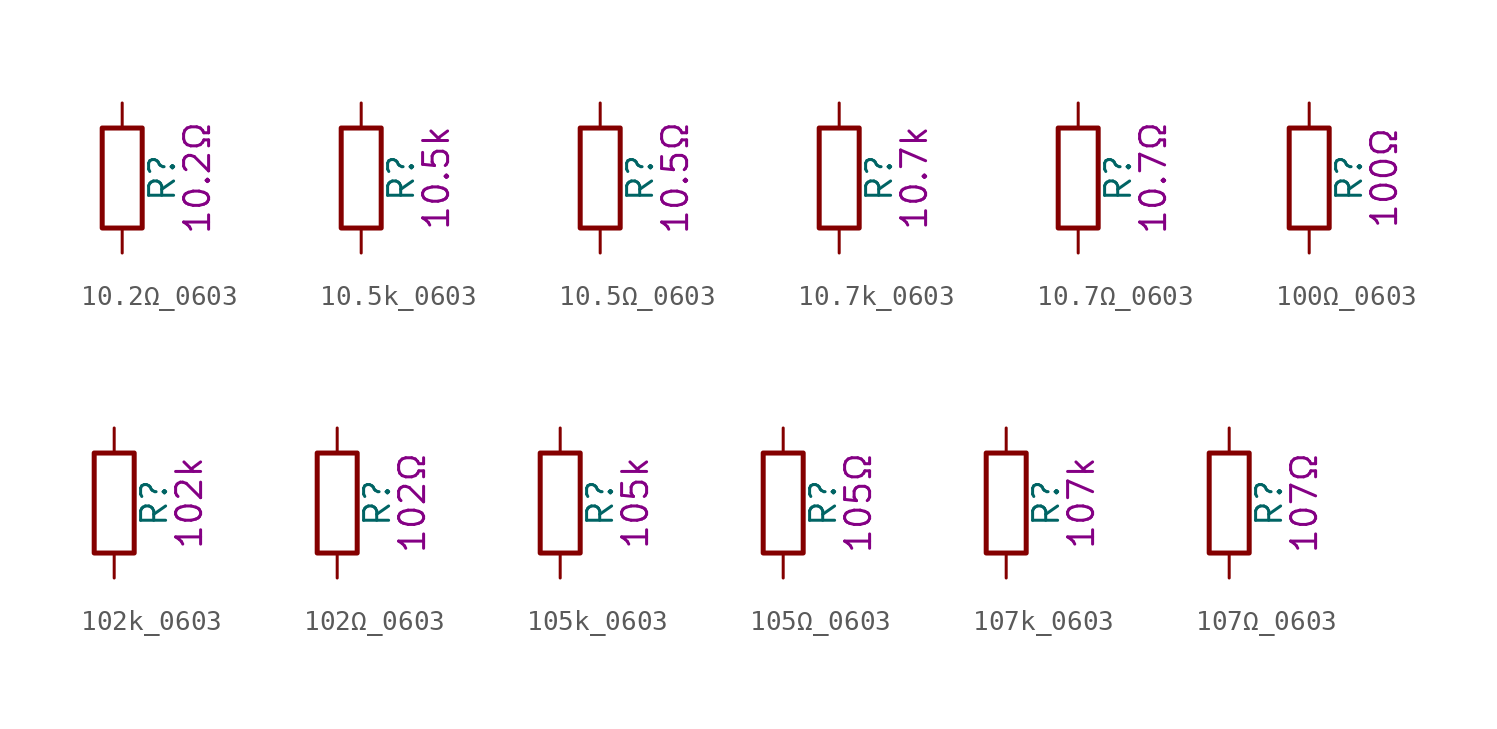
<source format=kicad_sym>
(kicad_symbol_lib
  (version 20211014)
  (generator kicad_symbol_editor)
  (symbol "10.2Ω_0603"
    (pin_numbers hide)
    (pin_names
      (offset 0))
    (property "Reference" "R"
      (at 2.032 0 90)
      (effects (font (size 1.27 1.27))))
    (property "Display" "10.2Ω"
      (at 3.81 0 90)
      (effects (font (size 1.27 1.27))))
    (symbol "10.2Ω_0603_0_1"
      (rectangle (start -1.016 -2.54) (end 1.016 2.54) (stroke (width 0.254) (type default) (color 0 0 0 0)) (fill (type none))))
    (symbol "10.2Ω_0603_1_1"
      (pin passive line (at 0 3.81 270) (length 1.27) (name "~" (effects (font (size 1.27 1.27)))) (number "1" (effects (font (size 1.27 1.27)))))
      (pin passive line (at 0 -3.81 90) (length 1.27) (name "~" (effects (font (size 1.27 1.27)))) (number "2" (effects (font (size 1.27 1.27)))))))
  (symbol "10.5k_0603"
    (pin_numbers hide)
    (pin_names
      (offset 0))
    (property "Reference" "R"
      (at 2.032 0 90)
      (effects (font (size 1.27 1.27))))
    (property "Display" "10.5k"
      (at 3.81 0 90)
      (effects (font (size 1.27 1.27))))
    (symbol "10.5k_0603_0_1"
      (rectangle (start -1.016 -2.54) (end 1.016 2.54) (stroke (width 0.254) (type default) (color 0 0 0 0)) (fill (type none))))
    (symbol "10.5k_0603_1_1"
      (pin passive line (at 0 3.81 270) (length 1.27) (name "~" (effects (font (size 1.27 1.27)))) (number "1" (effects (font (size 1.27 1.27)))))
      (pin passive line (at 0 -3.81 90) (length 1.27) (name "~" (effects (font (size 1.27 1.27)))) (number "2" (effects (font (size 1.27 1.27)))))))
  (symbol "10.5Ω_0603"
    (pin_numbers hide)
    (pin_names
      (offset 0))
    (property "Reference" "R"
      (at 2.032 0 90)
      (effects (font (size 1.27 1.27))))
    (property "Display" "10.5Ω"
      (at 3.81 0 90)
      (effects (font (size 1.27 1.27))))
    (symbol "10.5Ω_0603_0_1"
      (rectangle (start -1.016 -2.54) (end 1.016 2.54) (stroke (width 0.254) (type default) (color 0 0 0 0)) (fill (type none))))
    (symbol "10.5Ω_0603_1_1"
      (pin passive line (at 0 3.81 270) (length 1.27) (name "~" (effects (font (size 1.27 1.27)))) (number "1" (effects (font (size 1.27 1.27)))))
      (pin passive line (at 0 -3.81 90) (length 1.27) (name "~" (effects (font (size 1.27 1.27)))) (number "2" (effects (font (size 1.27 1.27)))))))
  (symbol "10.7k_0603"
    (pin_numbers hide)
    (pin_names
      (offset 0))
    (property "Reference" "R"
      (at 2.032 0 90)
      (effects (font (size 1.27 1.27))))
    (property "Display" "10.7k"
      (at 3.81 0 90)
      (effects (font (size 1.27 1.27))))
    (symbol "10.7k_0603_0_1"
      (rectangle (start -1.016 -2.54) (end 1.016 2.54) (stroke (width 0.254) (type default) (color 0 0 0 0)) (fill (type none))))
    (symbol "10.7k_0603_1_1"
      (pin passive line (at 0 3.81 270) (length 1.27) (name "~" (effects (font (size 1.27 1.27)))) (number "1" (effects (font (size 1.27 1.27)))))
      (pin passive line (at 0 -3.81 90) (length 1.27) (name "~" (effects (font (size 1.27 1.27)))) (number "2" (effects (font (size 1.27 1.27)))))))
  (symbol "10.7Ω_0603"
    (pin_numbers hide)
    (pin_names
      (offset 0))
    (property "Reference" "R"
      (at 2.032 0 90)
      (effects (font (size 1.27 1.27))))
    (property "Display" "10.7Ω"
      (at 3.81 0 90)
      (effects (font (size 1.27 1.27))))
    (symbol "10.7Ω_0603_0_1"
      (rectangle (start -1.016 -2.54) (end 1.016 2.54) (stroke (width 0.254) (type default) (color 0 0 0 0)) (fill (type none))))
    (symbol "10.7Ω_0603_1_1"
      (pin passive line (at 0 3.81 270) (length 1.27) (name "~" (effects (font (size 1.27 1.27)))) (number "1" (effects (font (size 1.27 1.27)))))
      (pin passive line (at 0 -3.81 90) (length 1.27) (name "~" (effects (font (size 1.27 1.27)))) (number "2" (effects (font (size 1.27 1.27)))))))
  (symbol "100Ω_0603"
    (pin_numbers hide)
    (pin_names
      (offset 0))
    (property "Reference" "R"
      (at 2.032 0 90)
      (effects (font (size 1.27 1.27))))
    (property "Display" "100Ω"
      (at 3.81 0 90)
      (effects (font (size 1.27 1.27))))
    (symbol "100Ω_0603_0_1"
      (rectangle (start -1.016 -2.54) (end 1.016 2.54) (stroke (width 0.254) (type default) (color 0 0 0 0)) (fill (type none))))
    (symbol "100Ω_0603_1_1"
      (pin passive line (at 0 3.81 270) (length 1.27) (name "~" (effects (font (size 1.27 1.27)))) (number "1" (effects (font (size 1.27 1.27)))))
      (pin passive line (at 0 -3.81 90) (length 1.27) (name "~" (effects (font (size 1.27 1.27)))) (number "2" (effects (font (size 1.27 1.27)))))))
  (symbol "102k_0603"
    (pin_numbers hide)
    (pin_names
      (offset 0))
    (property "Reference" "R"
      (at 2.032 0 90)
      (effects (font (size 1.27 1.27))))
    (property "Display" "102k"
      (at 3.81 0 90)
      (effects (font (size 1.27 1.27))))
    (symbol "102k_0603_0_1"
      (rectangle (start -1.016 -2.54) (end 1.016 2.54) (stroke (width 0.254) (type default) (color 0 0 0 0)) (fill (type none))))
    (symbol "102k_0603_1_1"
      (pin passive line (at 0 3.81 270) (length 1.27) (name "~" (effects (font (size 1.27 1.27)))) (number "1" (effects (font (size 1.27 1.27)))))
      (pin passive line (at 0 -3.81 90) (length 1.27) (name "~" (effects (font (size 1.27 1.27)))) (number "2" (effects (font (size 1.27 1.27)))))))
  (symbol "102Ω_0603"
    (pin_numbers hide)
    (pin_names
      (offset 0))
    (property "Reference" "R"
      (at 2.032 0 90)
      (effects (font (size 1.27 1.27))))
    (property "Display" "102Ω"
      (at 3.81 0 90)
      (effects (font (size 1.27 1.27))))
    (symbol "102Ω_0603_0_1"
      (rectangle (start -1.016 -2.54) (end 1.016 2.54) (stroke (width 0.254) (type default) (color 0 0 0 0)) (fill (type none))))
    (symbol "102Ω_0603_1_1"
      (pin passive line (at 0 3.81 270) (length 1.27) (name "~" (effects (font (size 1.27 1.27)))) (number "1" (effects (font (size 1.27 1.27)))))
      (pin passive line (at 0 -3.81 90) (length 1.27) (name "~" (effects (font (size 1.27 1.27)))) (number "2" (effects (font (size 1.27 1.27)))))))
  (symbol "105k_0603"
    (pin_numbers hide)
    (pin_names
      (offset 0))
    (property "Reference" "R"
      (at 2.032 0 90)
      (effects (font (size 1.27 1.27))))
    (property "Display" "105k"
      (at 3.81 0 90)
      (effects (font (size 1.27 1.27))))
    (symbol "105k_0603_0_1"
      (rectangle (start -1.016 -2.54) (end 1.016 2.54) (stroke (width 0.254) (type default) (color 0 0 0 0)) (fill (type none))))
    (symbol "105k_0603_1_1"
      (pin passive line (at 0 3.81 270) (length 1.27) (name "~" (effects (font (size 1.27 1.27)))) (number "1" (effects (font (size 1.27 1.27)))))
      (pin passive line (at 0 -3.81 90) (length 1.27) (name "~" (effects (font (size 1.27 1.27)))) (number "2" (effects (font (size 1.27 1.27)))))))
  (symbol "105Ω_0603"
    (pin_numbers hide)
    (pin_names
      (offset 0))
    (property "Reference" "R"
      (at 2.032 0 90)
      (effects (font (size 1.27 1.27))))
    (property "Display" "105Ω"
      (at 3.81 0 90)
      (effects (font (size 1.27 1.27))))
    (symbol "105Ω_0603_0_1"
      (rectangle (start -1.016 -2.54) (end 1.016 2.54) (stroke (width 0.254) (type default) (color 0 0 0 0)) (fill (type none))))
    (symbol "105Ω_0603_1_1"
      (pin passive line (at 0 3.81 270) (length 1.27) (name "~" (effects (font (size 1.27 1.27)))) (number "1" (effects (font (size 1.27 1.27)))))
      (pin passive line (at 0 -3.81 90) (length 1.27) (name "~" (effects (font (size 1.27 1.27)))) (number "2" (effects (font (size 1.27 1.27)))))))
  (symbol "107k_0603"
    (pin_numbers hide)
    (pin_names
      (offset 0))
    (property "Reference" "R"
      (at 2.032 0 90)
      (effects (font (size 1.27 1.27))))
    (property "Display" "107k"
      (at 3.81 0 90)
      (effects (font (size 1.27 1.27))))
    (symbol "107k_0603_0_1"
      (rectangle (start -1.016 -2.54) (end 1.016 2.54) (stroke (width 0.254) (type default) (color 0 0 0 0)) (fill (type none))))
    (symbol "107k_0603_1_1"
      (pin passive line (at 0 3.81 270) (length 1.27) (name "~" (effects (font (size 1.27 1.27)))) (number "1" (effects (font (size 1.27 1.27)))))
      (pin passive line (at 0 -3.81 90) (length 1.27) (name "~" (effects (font (size 1.27 1.27)))) (number "2" (effects (font (size 1.27 1.27)))))))
  (symbol "107Ω_0603"
    (pin_numbers hide)
    (pin_names
      (offset 0))
    (property "Reference" "R"
      (at 2.032 0 90)
      (effects (font (size 1.27 1.27))))
    (property "Display" "107Ω"
      (at 3.81 0 90)
      (effects (font (size 1.27 1.27))))
    (symbol "107Ω_0603_0_1"
      (rectangle (start -1.016 -2.54) (end 1.016 2.54) (stroke (width 0.254) (type default) (color 0 0 0 0)) (fill (type none))))
    (symbol "107Ω_0603_1_1"
      (pin passive line (at 0 3.81 270) (length 1.27) (name "~" (effects (font (size 1.27 1.27)))) (number "1" (effects (font (size 1.27 1.27)))))
      (pin passive line (at 0 -3.81 90) (length 1.27) (name "~" (effects (font (size 1.27 1.27)))) (number "2" (effects (font (size 1.27 1.27))))))))
</source>
